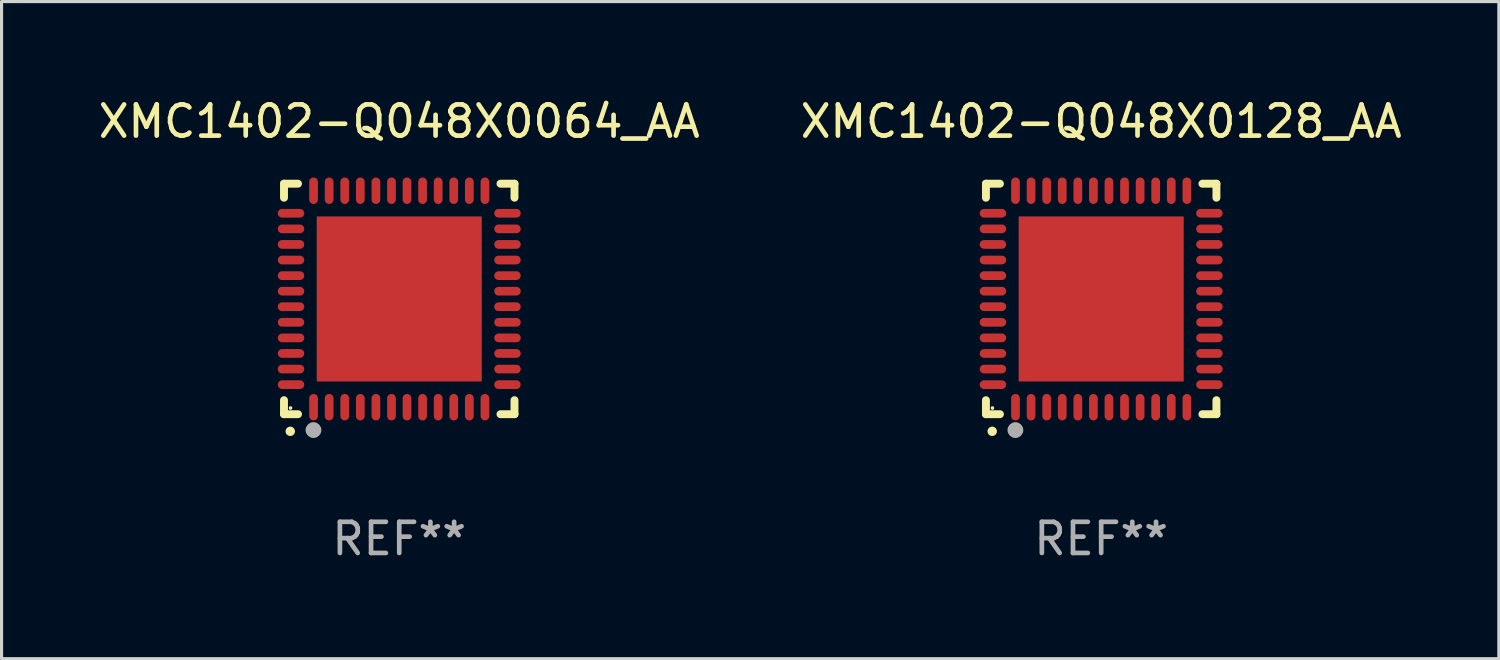
<source format=kicad_pcb>
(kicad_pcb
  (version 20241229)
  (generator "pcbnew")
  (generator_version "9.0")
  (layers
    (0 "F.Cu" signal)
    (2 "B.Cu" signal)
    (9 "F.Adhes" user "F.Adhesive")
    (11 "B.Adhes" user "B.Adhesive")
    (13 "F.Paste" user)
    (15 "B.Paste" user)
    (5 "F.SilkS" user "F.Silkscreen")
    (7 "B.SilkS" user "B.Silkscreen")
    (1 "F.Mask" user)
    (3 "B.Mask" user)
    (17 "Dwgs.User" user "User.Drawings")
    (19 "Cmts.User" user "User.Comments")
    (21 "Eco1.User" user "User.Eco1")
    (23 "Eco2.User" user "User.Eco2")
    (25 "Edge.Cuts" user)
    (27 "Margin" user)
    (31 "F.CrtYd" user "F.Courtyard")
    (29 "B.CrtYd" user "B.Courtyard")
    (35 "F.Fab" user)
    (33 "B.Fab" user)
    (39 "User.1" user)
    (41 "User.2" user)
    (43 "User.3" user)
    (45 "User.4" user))
  (footprint "XMC1402-Q048X0128_AA"
    (layer "F.Cu")
    (at 32.304 6.548)
    (property "Reference" "XMC1402-Q048X0128_AA" (at 0 -5.7 0) (layer "F.SilkS") (effects (font (size 1 1) (thickness 0.15))))
    (attr through_hole)
    (fp_line (start -3.7 -3.7) (end -3.25 -3.7) (stroke (width 0.254) (type solid)) (layer "F.SilkS"))
    (fp_line (start -3.7 -3.25) (end -3.7 -3.7) (stroke (width 0.254) (type solid)) (layer "F.SilkS"))
    (fp_line (start -3.7 3.7) (end -3.7 3.25) (stroke (width 0.254) (type solid)) (layer "F.SilkS"))
    (fp_line (start -3.25 3.7) (end -3.7 3.7) (stroke (width 0.254) (type solid)) (layer "F.SilkS"))
    (fp_line (start 3.25 3.7) (end 3.7 3.7) (stroke (width 0.254) (type solid)) (layer "F.SilkS"))
    (fp_line (start 3.7 -3.7) (end 3.25 -3.7) (stroke (width 0.254) (type solid)) (layer "F.SilkS"))
    (fp_line (start 3.7 -3.25) (end 3.7 -3.7) (stroke (width 0.254) (type solid)) (layer "F.SilkS"))
    (fp_line (start 3.7 3.7) (end 3.7 3.25) (stroke (width 0.254) (type solid)) (layer "F.SilkS"))
    (fp_arc (start -3.500127 4.249428) (mid -3.498857 4.249423) (end -3.497587 4.249428) (stroke (width 0.3) (type solid)) (layer "F.SilkS"))
    (fp_circle (center -3.491 3.501) (end -3.461 3.501) (stroke (width 0.06) (type solid)) (fill no) (layer "F.SilkS"))
    (fp_circle (center -2.754 4.21) (end -2.627 4.21) (stroke (width 0.254) (type solid)) (fill no) (layer "F.Fab"))
    (fp_text user "REF**" (at 0 7.7 0) (layer "F.Fab") (effects (font (size 1 1) (thickness 0.15))))
    (pad "1" smd oval (at -2.751 3.475) (size 0.28 0.85) (layers "F.Cu" "F.Mask" "F.Paste"))
    (pad "2" smd oval (at -2.251 3.475) (size 0.28 0.85) (layers "F.Cu" "F.Mask" "F.Paste"))
    (pad "3" smd oval (at -1.75 3.475) (size 0.28 0.85) (layers "F.Cu" "F.Mask" "F.Paste"))
    (pad "4" smd oval (at -1.25 3.475) (size 0.28 0.85) (layers "F.Cu" "F.Mask" "F.Paste"))
    (pad "5" smd oval (at -0.749 3.475) (size 0.28 0.85) (layers "F.Cu" "F.Mask" "F.Paste"))
    (pad "6" smd oval (at -0.249 3.475) (size 0.28 0.85) (layers "F.Cu" "F.Mask" "F.Paste"))
    (pad "7" smd oval (at 0.249 3.475) (size 0.28 0.85) (layers "F.Cu" "F.Mask" "F.Paste"))
    (pad "8" smd oval (at 0.749 3.475) (size 0.28 0.85) (layers "F.Cu" "F.Mask" "F.Paste"))
    (pad "9" smd oval (at 1.25 3.475) (size 0.28 0.85) (layers "F.Cu" "F.Mask" "F.Paste"))
    (pad "10" smd oval (at 1.75 3.475) (size 0.28 0.85) (layers "F.Cu" "F.Mask" "F.Paste"))
    (pad "11" smd oval (at 2.25 3.475) (size 0.28 0.85) (layers "F.Cu" "F.Mask" "F.Paste"))
    (pad "12" smd oval (at 2.751 3.475) (size 0.28 0.85) (layers "F.Cu" "F.Mask" "F.Paste"))
    (pad "13" smd oval (at 3.475 2.751) (size 0.85 0.28) (layers "F.Cu" "F.Mask" "F.Paste"))
    (pad "14" smd oval (at 3.475 2.251) (size 0.85 0.28) (layers "F.Cu" "F.Mask" "F.Paste"))
    (pad "15" smd oval (at 3.475 1.75) (size 0.85 0.28) (layers "F.Cu" "F.Mask" "F.Paste"))
    (pad "16" smd oval (at 3.475 1.25) (size 0.85 0.28) (layers "F.Cu" "F.Mask" "F.Paste"))
    (pad "17" smd oval (at 3.475 0.749) (size 0.85 0.28) (layers "F.Cu" "F.Mask" "F.Paste"))
    (pad "18" smd oval (at 3.475 0.249) (size 0.85 0.28) (layers "F.Cu" "F.Mask" "F.Paste"))
    (pad "19" smd oval (at 3.475 -0.249) (size 0.85 0.28) (layers "F.Cu" "F.Mask" "F.Paste"))
    (pad "20" smd oval (at 3.475 -0.749) (size 0.85 0.28) (layers "F.Cu" "F.Mask" "F.Paste"))
    (pad "21" smd oval (at 3.475 -1.25) (size 0.85 0.28) (layers "F.Cu" "F.Mask" "F.Paste"))
    (pad "22" smd oval (at 3.475 -1.75) (size 0.85 0.28) (layers "F.Cu" "F.Mask" "F.Paste"))
    (pad "23" smd oval (at 3.475 -2.25) (size 0.85 0.28) (layers "F.Cu" "F.Mask" "F.Paste"))
    (pad "24" smd oval (at 3.475 -2.751) (size 0.85 0.28) (layers "F.Cu" "F.Mask" "F.Paste"))
    (pad "25" smd oval (at 2.751 -3.475) (size 0.28 0.85) (layers "F.Cu" "F.Mask" "F.Paste"))
    (pad "26" smd oval (at 2.25 -3.475) (size 0.28 0.85) (layers "F.Cu" "F.Mask" "F.Paste"))
    (pad "27" smd oval (at 1.75 -3.475) (size 0.28 0.85) (layers "F.Cu" "F.Mask" "F.Paste"))
    (pad "28" smd oval (at 1.25 -3.475) (size 0.28 0.85) (layers "F.Cu" "F.Mask" "F.Paste"))
    (pad "29" smd oval (at 0.749 -3.475) (size 0.28 0.85) (layers "F.Cu" "F.Mask" "F.Paste"))
    (pad "30" smd oval (at 0.249 -3.475) (size 0.28 0.85) (layers "F.Cu" "F.Mask" "F.Paste"))
    (pad "31" smd oval (at -0.249 -3.475) (size 0.28 0.85) (layers "F.Cu" "F.Mask" "F.Paste"))
    (pad "32" smd oval (at -0.749 -3.475) (size 0.28 0.85) (layers "F.Cu" "F.Mask" "F.Paste"))
    (pad "33" smd oval (at -1.25 -3.475) (size 0.28 0.85) (layers "F.Cu" "F.Mask" "F.Paste"))
    (pad "34" smd oval (at -1.75 -3.475) (size 0.28 0.85) (layers "F.Cu" "F.Mask" "F.Paste"))
    (pad "35" smd oval (at -2.251 -3.475) (size 0.28 0.85) (layers "F.Cu" "F.Mask" "F.Paste"))
    (pad "36" smd oval (at -2.751 -3.475) (size 0.28 0.85) (layers "F.Cu" "F.Mask" "F.Paste"))
    (pad "37" smd oval (at -3.475 -2.751) (size 0.85 0.28) (layers "F.Cu" "F.Mask" "F.Paste"))
    (pad "38" smd oval (at -3.475 -2.25) (size 0.85 0.28) (layers "F.Cu" "F.Mask" "F.Paste"))
    (pad "39" smd oval (at -3.475 -1.75) (size 0.85 0.28) (layers "F.Cu" "F.Mask" "F.Paste"))
    (pad "40" smd oval (at -3.475 -1.25) (size 0.85 0.28) (layers "F.Cu" "F.Mask" "F.Paste"))
    (pad "41" smd oval (at -3.475 -0.749) (size 0.85 0.28) (layers "F.Cu" "F.Mask" "F.Paste"))
    (pad "42" smd oval (at -3.475 -0.249) (size 0.85 0.28) (layers "F.Cu" "F.Mask" "F.Paste"))
    (pad "43" smd oval (at -3.475 0.249) (size 0.85 0.28) (layers "F.Cu" "F.Mask" "F.Paste"))
    (pad "44" smd oval (at -3.475 0.749) (size 0.85 0.28) (layers "F.Cu" "F.Mask" "F.Paste"))
    (pad "45" smd oval (at -3.475 1.25) (size 0.85 0.28) (layers "F.Cu" "F.Mask" "F.Paste"))
    (pad "46" smd oval (at -3.475 1.75) (size 0.85 0.28) (layers "F.Cu" "F.Mask" "F.Paste"))
    (pad "47" smd oval (at -3.475 2.251) (size 0.85 0.28) (layers "F.Cu" "F.Mask" "F.Paste"))
    (pad "48" smd oval (at -3.475 2.751) (size 0.85 0.28) (layers "F.Cu" "F.Mask" "F.Paste"))
    (pad "49" smd rect (at -0.000102 0.000102) (size 5.3 5.3) (layers "F.Cu" "F.Mask" "F.Paste")))
  (footprint "XMC1402-Q048X0064_AA"
    (layer "F.Cu")
    (at 9.768 6.548)
    (property "Reference" "XMC1402-Q048X0064_AA" (at 0 -5.7 0) (layer "F.SilkS") (effects (font (size 1 1) (thickness 0.15))))
    (attr through_hole)
    (fp_line (start -3.7 -3.7) (end -3.25 -3.7) (stroke (width 0.254) (type solid)) (layer "F.SilkS"))
    (fp_line (start -3.7 -3.25) (end -3.7 -3.7) (stroke (width 0.254) (type solid)) (layer "F.SilkS"))
    (fp_line (start -3.7 3.7) (end -3.7 3.25) (stroke (width 0.254) (type solid)) (layer "F.SilkS"))
    (fp_line (start -3.25 3.7) (end -3.7 3.7) (stroke (width 0.254) (type solid)) (layer "F.SilkS"))
    (fp_line (start 3.25 3.7) (end 3.7 3.7) (stroke (width 0.254) (type solid)) (layer "F.SilkS"))
    (fp_line (start 3.7 -3.7) (end 3.25 -3.7) (stroke (width 0.254) (type solid)) (layer "F.SilkS"))
    (fp_line (start 3.7 -3.25) (end 3.7 -3.7) (stroke (width 0.254) (type solid)) (layer "F.SilkS"))
    (fp_line (start 3.7 3.7) (end 3.7 3.25) (stroke (width 0.254) (type solid)) (layer "F.SilkS"))
    (fp_arc (start -3.500127 4.249428) (mid -3.498857 4.249423) (end -3.497587 4.249428) (stroke (width 0.3) (type solid)) (layer "F.SilkS"))
    (fp_circle (center -3.491 3.501) (end -3.461 3.501) (stroke (width 0.06) (type solid)) (fill no) (layer "F.SilkS"))
    (fp_circle (center -2.754 4.21) (end -2.627 4.21) (stroke (width 0.254) (type solid)) (fill no) (layer "F.Fab"))
    (fp_text user "REF**" (at 0 7.7 0) (layer "F.Fab") (effects (font (size 1 1) (thickness 0.15))))
    (pad "1" smd oval (at -2.751 3.475) (size 0.28 0.85) (layers "F.Cu" "F.Mask" "F.Paste"))
    (pad "2" smd oval (at -2.251 3.475) (size 0.28 0.85) (layers "F.Cu" "F.Mask" "F.Paste"))
    (pad "3" smd oval (at -1.75 3.475) (size 0.28 0.85) (layers "F.Cu" "F.Mask" "F.Paste"))
    (pad "4" smd oval (at -1.25 3.475) (size 0.28 0.85) (layers "F.Cu" "F.Mask" "F.Paste"))
    (pad "5" smd oval (at -0.749 3.475) (size 0.28 0.85) (layers "F.Cu" "F.Mask" "F.Paste"))
    (pad "6" smd oval (at -0.249 3.475) (size 0.28 0.85) (layers "F.Cu" "F.Mask" "F.Paste"))
    (pad "7" smd oval (at 0.249 3.475) (size 0.28 0.85) (layers "F.Cu" "F.Mask" "F.Paste"))
    (pad "8" smd oval (at 0.749 3.475) (size 0.28 0.85) (layers "F.Cu" "F.Mask" "F.Paste"))
    (pad "9" smd oval (at 1.25 3.475) (size 0.28 0.85) (layers "F.Cu" "F.Mask" "F.Paste"))
    (pad "10" smd oval (at 1.75 3.475) (size 0.28 0.85) (layers "F.Cu" "F.Mask" "F.Paste"))
    (pad "11" smd oval (at 2.25 3.475) (size 0.28 0.85) (layers "F.Cu" "F.Mask" "F.Paste"))
    (pad "12" smd oval (at 2.751 3.475) (size 0.28 0.85) (layers "F.Cu" "F.Mask" "F.Paste"))
    (pad "13" smd oval (at 3.475 2.751) (size 0.85 0.28) (layers "F.Cu" "F.Mask" "F.Paste"))
    (pad "14" smd oval (at 3.475 2.251) (size 0.85 0.28) (layers "F.Cu" "F.Mask" "F.Paste"))
    (pad "15" smd oval (at 3.475 1.75) (size 0.85 0.28) (layers "F.Cu" "F.Mask" "F.Paste"))
    (pad "16" smd oval (at 3.475 1.25) (size 0.85 0.28) (layers "F.Cu" "F.Mask" "F.Paste"))
    (pad "17" smd oval (at 3.475 0.749) (size 0.85 0.28) (layers "F.Cu" "F.Mask" "F.Paste"))
    (pad "18" smd oval (at 3.475 0.249) (size 0.85 0.28) (layers "F.Cu" "F.Mask" "F.Paste"))
    (pad "19" smd oval (at 3.475 -0.249) (size 0.85 0.28) (layers "F.Cu" "F.Mask" "F.Paste"))
    (pad "20" smd oval (at 3.475 -0.749) (size 0.85 0.28) (layers "F.Cu" "F.Mask" "F.Paste"))
    (pad "21" smd oval (at 3.475 -1.25) (size 0.85 0.28) (layers "F.Cu" "F.Mask" "F.Paste"))
    (pad "22" smd oval (at 3.475 -1.75) (size 0.85 0.28) (layers "F.Cu" "F.Mask" "F.Paste"))
    (pad "23" smd oval (at 3.475 -2.25) (size 0.85 0.28) (layers "F.Cu" "F.Mask" "F.Paste"))
    (pad "24" smd oval (at 3.475 -2.751) (size 0.85 0.28) (layers "F.Cu" "F.Mask" "F.Paste"))
    (pad "25" smd oval (at 2.751 -3.475) (size 0.28 0.85) (layers "F.Cu" "F.Mask" "F.Paste"))
    (pad "26" smd oval (at 2.25 -3.475) (size 0.28 0.85) (layers "F.Cu" "F.Mask" "F.Paste"))
    (pad "27" smd oval (at 1.75 -3.475) (size 0.28 0.85) (layers "F.Cu" "F.Mask" "F.Paste"))
    (pad "28" smd oval (at 1.25 -3.475) (size 0.28 0.85) (layers "F.Cu" "F.Mask" "F.Paste"))
    (pad "29" smd oval (at 0.749 -3.475) (size 0.28 0.85) (layers "F.Cu" "F.Mask" "F.Paste"))
    (pad "30" smd oval (at 0.249 -3.475) (size 0.28 0.85) (layers "F.Cu" "F.Mask" "F.Paste"))
    (pad "31" smd oval (at -0.249 -3.475) (size 0.28 0.85) (layers "F.Cu" "F.Mask" "F.Paste"))
    (pad "32" smd oval (at -0.749 -3.475) (size 0.28 0.85) (layers "F.Cu" "F.Mask" "F.Paste"))
    (pad "33" smd oval (at -1.25 -3.475) (size 0.28 0.85) (layers "F.Cu" "F.Mask" "F.Paste"))
    (pad "34" smd oval (at -1.75 -3.475) (size 0.28 0.85) (layers "F.Cu" "F.Mask" "F.Paste"))
    (pad "35" smd oval (at -2.251 -3.475) (size 0.28 0.85) (layers "F.Cu" "F.Mask" "F.Paste"))
    (pad "36" smd oval (at -2.751 -3.475) (size 0.28 0.85) (layers "F.Cu" "F.Mask" "F.Paste"))
    (pad "37" smd oval (at -3.475 -2.751) (size 0.85 0.28) (layers "F.Cu" "F.Mask" "F.Paste"))
    (pad "38" smd oval (at -3.475 -2.25) (size 0.85 0.28) (layers "F.Cu" "F.Mask" "F.Paste"))
    (pad "39" smd oval (at -3.475 -1.75) (size 0.85 0.28) (layers "F.Cu" "F.Mask" "F.Paste"))
    (pad "40" smd oval (at -3.475 -1.25) (size 0.85 0.28) (layers "F.Cu" "F.Mask" "F.Paste"))
    (pad "41" smd oval (at -3.475 -0.749) (size 0.85 0.28) (layers "F.Cu" "F.Mask" "F.Paste"))
    (pad "42" smd oval (at -3.475 -0.249) (size 0.85 0.28) (layers "F.Cu" "F.Mask" "F.Paste"))
    (pad "43" smd oval (at -3.475 0.249) (size 0.85 0.28) (layers "F.Cu" "F.Mask" "F.Paste"))
    (pad "44" smd oval (at -3.475 0.749) (size 0.85 0.28) (layers "F.Cu" "F.Mask" "F.Paste"))
    (pad "45" smd oval (at -3.475 1.25) (size 0.85 0.28) (layers "F.Cu" "F.Mask" "F.Paste"))
    (pad "46" smd oval (at -3.475 1.75) (size 0.85 0.28) (layers "F.Cu" "F.Mask" "F.Paste"))
    (pad "47" smd oval (at -3.475 2.251) (size 0.85 0.28) (layers "F.Cu" "F.Mask" "F.Paste"))
    (pad "48" smd oval (at -3.475 2.751) (size 0.85 0.28) (layers "F.Cu" "F.Mask" "F.Paste"))
    (pad "49" smd rect (at -0.000102 0.000102) (size 5.3 5.3) (layers "F.Cu" "F.Mask" "F.Paste")))
  (gr_rect
    (start -3 -3)
    (end 45.071 18.097)
    (stroke (width 0.1) (type default))
    (fill no)
    (layer "Edge.Cuts")))
</source>
